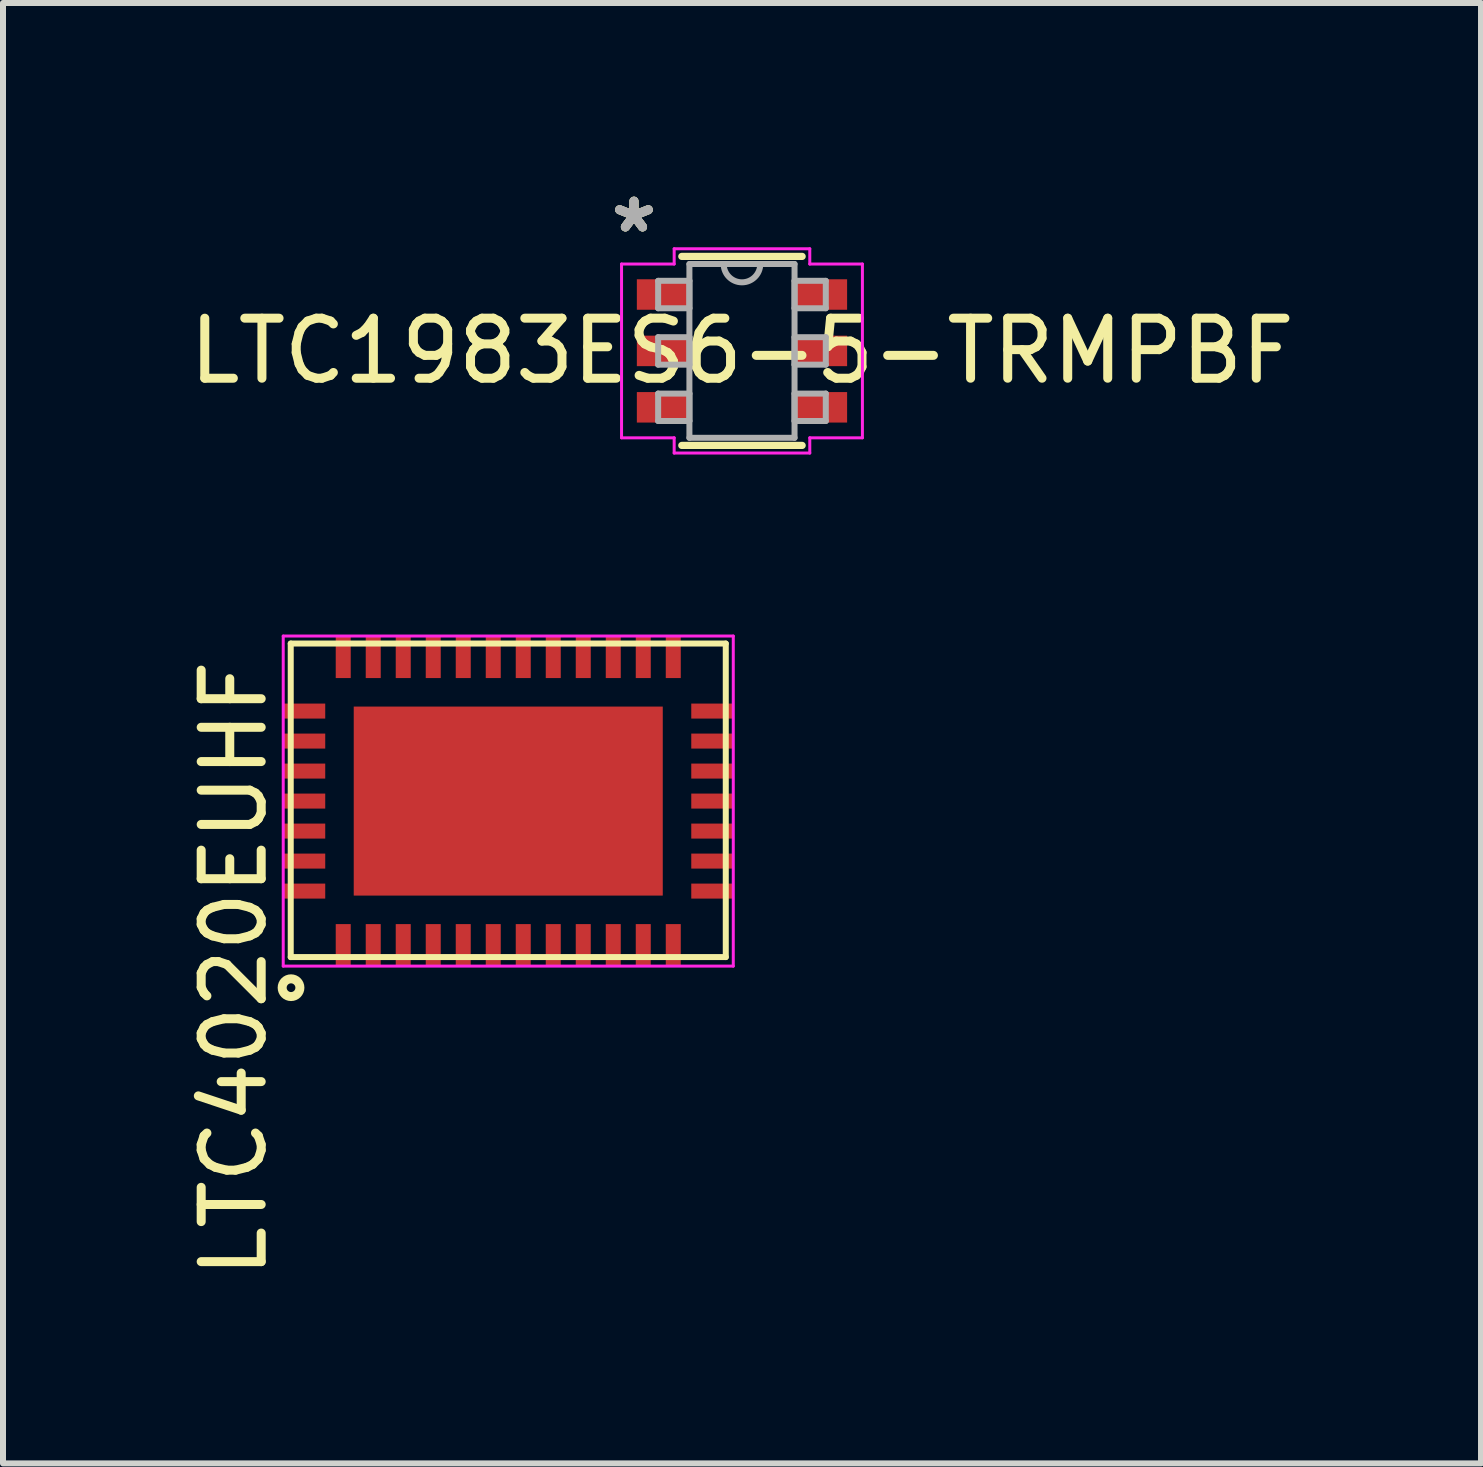
<source format=kicad_pcb>
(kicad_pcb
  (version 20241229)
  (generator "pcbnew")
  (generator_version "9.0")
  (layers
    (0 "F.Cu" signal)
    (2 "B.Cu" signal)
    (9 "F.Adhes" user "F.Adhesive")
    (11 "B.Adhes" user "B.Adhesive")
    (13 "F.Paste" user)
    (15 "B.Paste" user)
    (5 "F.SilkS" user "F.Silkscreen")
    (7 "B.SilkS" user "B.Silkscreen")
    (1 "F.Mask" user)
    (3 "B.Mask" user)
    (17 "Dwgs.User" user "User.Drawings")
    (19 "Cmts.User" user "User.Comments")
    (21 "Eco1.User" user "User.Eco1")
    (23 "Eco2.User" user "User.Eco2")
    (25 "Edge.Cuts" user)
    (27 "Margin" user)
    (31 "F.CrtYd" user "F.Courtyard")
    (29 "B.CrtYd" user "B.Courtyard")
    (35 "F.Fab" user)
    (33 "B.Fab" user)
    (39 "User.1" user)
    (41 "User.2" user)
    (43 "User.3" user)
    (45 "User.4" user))
  (footprint "LTC1983ES6-5-TRMPBF"
    (layer "F.Cu")
    (at 9.315 2.798)
    (property "Reference" "LTC1983ES6-5-TRMPBF" (at 0 0 0) (layer "F.SilkS") (effects (font (size 1 1) (thickness 0.15))))
    (attr smd)
    (fp_line (start -1.003 1.575) (end 1.003 1.575) (stroke (width 0.12) (type solid)) (layer "F.SilkS"))
    (fp_line (start 1.003 -1.575) (end -1.003 -1.575) (stroke (width 0.12) (type solid)) (layer "F.SilkS"))
    (fp_line (start -2.007 -1.448) (end -1.13 -1.448) (stroke (width 0.05) (type solid)) (layer "F.CrtYd"))
    (fp_line (start -2.007 1.448) (end -2.007 -1.448) (stroke (width 0.05) (type solid)) (layer "F.CrtYd"))
    (fp_line (start -1.13 -1.702) (end 1.13 -1.702) (stroke (width 0.05) (type solid)) (layer "F.CrtYd"))
    (fp_line (start -1.13 -1.448) (end -1.13 -1.702) (stroke (width 0.05) (type solid)) (layer "F.CrtYd"))
    (fp_line (start -1.13 1.448) (end -2.007 1.448) (stroke (width 0.05) (type solid)) (layer "F.CrtYd"))
    (fp_line (start -1.13 1.702) (end -1.13 1.448) (stroke (width 0.05) (type solid)) (layer "F.CrtYd"))
    (fp_line (start 1.13 -1.702) (end 1.13 -1.448) (stroke (width 0.05) (type solid)) (layer "F.CrtYd"))
    (fp_line (start 1.13 -1.448) (end 2.007 -1.448) (stroke (width 0.05) (type solid)) (layer "F.CrtYd"))
    (fp_line (start 1.13 1.448) (end 1.13 1.702) (stroke (width 0.05) (type solid)) (layer "F.CrtYd"))
    (fp_line (start 1.13 1.702) (end -1.13 1.702) (stroke (width 0.05) (type solid)) (layer "F.CrtYd"))
    (fp_line (start 2.007 -1.448) (end 2.007 1.448) (stroke (width 0.05) (type solid)) (layer "F.CrtYd"))
    (fp_line (start 2.007 1.448) (end 1.13 1.448) (stroke (width 0.05) (type solid)) (layer "F.CrtYd"))
    (fp_line (start -1.397 -1.168) (end -1.397 -0.711) (stroke (width 0.1) (type solid)) (layer "F.Fab"))
    (fp_line (start -1.397 -0.711) (end -0.876 -0.711) (stroke (width 0.1) (type solid)) (layer "F.Fab"))
    (fp_line (start -1.397 -0.229) (end -1.397 0.229) (stroke (width 0.1) (type solid)) (layer "F.Fab"))
    (fp_line (start -1.397 0.229) (end -0.876 0.229) (stroke (width 0.1) (type solid)) (layer "F.Fab"))
    (fp_line (start -1.397 0.711) (end -1.397 1.168) (stroke (width 0.1) (type solid)) (layer "F.Fab"))
    (fp_line (start -1.397 1.168) (end -0.876 1.168) (stroke (width 0.1) (type solid)) (layer "F.Fab"))
    (fp_line (start -0.876 -1.448) (end -0.876 1.448) (stroke (width 0.1) (type solid)) (layer "F.Fab"))
    (fp_line (start -0.876 -1.168) (end -1.397 -1.168) (stroke (width 0.1) (type solid)) (layer "F.Fab"))
    (fp_line (start -0.876 -0.711) (end -0.876 -1.168) (stroke (width 0.1) (type solid)) (layer "F.Fab"))
    (fp_line (start -0.876 -0.229) (end -1.397 -0.229) (stroke (width 0.1) (type solid)) (layer "F.Fab"))
    (fp_line (start -0.876 0.229) (end -0.876 -0.229) (stroke (width 0.1) (type solid)) (layer "F.Fab"))
    (fp_line (start -0.876 0.711) (end -1.397 0.711) (stroke (width 0.1) (type solid)) (layer "F.Fab"))
    (fp_line (start -0.876 1.168) (end -0.876 0.711) (stroke (width 0.1) (type solid)) (layer "F.Fab"))
    (fp_line (start -0.876 1.448) (end 0.876 1.448) (stroke (width 0.1) (type solid)) (layer "F.Fab"))
    (fp_line (start 0.876 -1.448) (end -0.876 -1.448) (stroke (width 0.1) (type solid)) (layer "F.Fab"))
    (fp_line (start 0.876 -1.168) (end 0.876 -0.711) (stroke (width 0.1) (type solid)) (layer "F.Fab"))
    (fp_line (start 0.876 -0.711) (end 1.397 -0.711) (stroke (width 0.1) (type solid)) (layer "F.Fab"))
    (fp_line (start 0.876 -0.229) (end 0.876 0.229) (stroke (width 0.1) (type solid)) (layer "F.Fab"))
    (fp_line (start 0.876 0.229) (end 1.397 0.229) (stroke (width 0.1) (type solid)) (layer "F.Fab"))
    (fp_line (start 0.876 0.711) (end 0.876 1.168) (stroke (width 0.1) (type solid)) (layer "F.Fab"))
    (fp_line (start 0.876 1.168) (end 1.397 1.168) (stroke (width 0.1) (type solid)) (layer "F.Fab"))
    (fp_line (start 0.876 1.448) (end 0.876 -1.448) (stroke (width 0.1) (type solid)) (layer "F.Fab"))
    (fp_line (start 1.397 -1.168) (end 0.876 -1.168) (stroke (width 0.1) (type solid)) (layer "F.Fab"))
    (fp_line (start 1.397 -0.711) (end 1.397 -1.168) (stroke (width 0.1) (type solid)) (layer "F.Fab"))
    (fp_line (start 1.397 -0.229) (end 0.876 -0.229) (stroke (width 0.1) (type solid)) (layer "F.Fab"))
    (fp_line (start 1.397 0.229) (end 1.397 -0.229) (stroke (width 0.1) (type solid)) (layer "F.Fab"))
    (fp_line (start 1.397 0.711) (end 0.876 0.711) (stroke (width 0.1) (type solid)) (layer "F.Fab"))
    (fp_line (start 1.397 1.168) (end 1.397 0.711) (stroke (width 0.1) (type solid)) (layer "F.Fab"))
    (fp_arc (start 0.3048 -1.4478) (mid 0 -1.143) (end -0.3048 -1.4478) (stroke (width 0.1) (type solid)) (layer "F.Fab"))
    (fp_text user "*" (at -1.8 -1.95 0) (layer "F.SilkS") (effects (font (size 1 1) (thickness 0.15))))
    (fp_text user "*" (at -1.8 -1.95 0) (layer "F.SilkS") (effects (font (size 1 1) (thickness 0.15))))
    (fp_text user "*" (at -1.8 -1.95 0) (layer "F.Fab") (effects (font (size 1 1) (thickness 0.15))))
    (fp_text user "*" (at -1.8 -1.95 0) (layer "F.Fab") (effects (font (size 1 1) (thickness 0.15))))
    (pad "1" smd rect (at -1.314 -0.94) (size 0.876 0.508) (layers "F.Cu" "F.Mask" "F.Paste"))
    (pad "2" smd rect (at -1.314 0) (size 0.876 0.508) (layers "F.Cu" "F.Mask" "F.Paste"))
    (pad "3" smd rect (at -1.314 0.94) (size 0.876 0.508) (layers "F.Cu" "F.Mask" "F.Paste"))
    (pad "4" smd rect (at 1.314 0.94) (size 0.876 0.508) (layers "F.Cu" "F.Mask" "F.Paste"))
    (pad "5" smd rect (at 1.314 0) (size 0.876 0.508) (layers "F.Cu" "F.Mask" "F.Paste"))
    (pad "6" smd rect (at 1.314 -0.94) (size 0.876 0.508) (layers "F.Cu" "F.Mask" "F.Paste")))
  (footprint "LTC4020EUHF"
    (layer "F.Cu")
    (at 5.42 10.3)
    (property "Reference" "LTC4020EUHF" (at -4.572 2.794 90) (layer "F.SilkS") (effects (font (size 1 1) (thickness 0.15))))
    (attr through_hole)
    (fp_line (start -3.625 -2.625) (end 3.625 -2.625) (stroke (width 0.1) (type solid)) (layer "F.SilkS"))
    (fp_line (start -3.625 2.6) (end -3.625 -2.625) (stroke (width 0.1) (type solid)) (layer "F.SilkS"))
    (fp_line (start 3.625 -2.625) (end 3.625 2.6) (stroke (width 0.1) (type solid)) (layer "F.SilkS"))
    (fp_line (start 3.625 2.6) (end -3.625 2.6) (stroke (width 0.1) (type solid)) (layer "F.SilkS"))
    (fp_circle (center -3.62 3.11) (end -3.55 3.13) (stroke (width 0.15) (type solid)) (fill no) (layer "F.SilkS"))
    (fp_line (start -3.75 -2.75) (end 3.75 -2.75) (stroke (width 0.05) (type solid)) (layer "F.CrtYd"))
    (fp_line (start -3.75 2.75) (end -3.75 -2.75) (stroke (width 0.05) (type solid)) (layer "F.CrtYd"))
    (fp_line (start 3.75 -2.75) (end 3.75 2.75) (stroke (width 0.05) (type solid)) (layer "F.CrtYd"))
    (fp_line (start 3.75 2.75) (end -3.75 2.75) (stroke (width 0.05) (type solid)) (layer "F.CrtYd"))
    (pad "1" smd rect (at -2.75 2.4) (size 0.25 0.7) (layers "F.Cu" "F.Mask" "F.Paste"))
    (pad "2" smd rect (at -2.25 2.4) (size 0.25 0.7) (layers "F.Cu" "F.Mask" "F.Paste"))
    (pad "3" smd rect (at -1.75 2.4) (size 0.25 0.7) (layers "F.Cu" "F.Mask" "F.Paste"))
    (pad "4" smd rect (at -1.25 2.4) (size 0.25 0.7) (layers "F.Cu" "F.Mask" "F.Paste"))
    (pad "5" smd rect (at -0.75 2.4) (size 0.25 0.7) (layers "F.Cu" "F.Mask" "F.Paste"))
    (pad "6" smd rect (at -0.25 2.4) (size 0.25 0.7) (layers "F.Cu" "F.Mask" "F.Paste"))
    (pad "7" smd rect (at 0.25 2.4) (size 0.25 0.7) (layers "F.Cu" "F.Mask" "F.Paste"))
    (pad "8" smd rect (at 0.75 2.4) (size 0.25 0.7) (layers "F.Cu" "F.Mask" "F.Paste"))
    (pad "9" smd rect (at 1.25 2.4) (size 0.25 0.7) (layers "F.Cu" "F.Mask" "F.Paste"))
    (pad "10" smd rect (at 1.75 2.4) (size 0.25 0.7) (layers "F.Cu" "F.Mask" "F.Paste"))
    (pad "11" smd rect (at 2.25 2.4) (size 0.25 0.7) (layers "F.Cu" "F.Mask" "F.Paste"))
    (pad "12" smd rect (at 2.75 2.4) (size 0.25 0.7) (layers "F.Cu" "F.Mask" "F.Paste"))
    (pad "13" smd rect (at 3.4 1.5 90) (size 0.25 0.7) (layers "F.Cu" "F.Mask" "F.Paste"))
    (pad "14" smd rect (at 3.4 1 90) (size 0.25 0.7) (layers "F.Cu" "F.Mask" "F.Paste"))
    (pad "15" smd rect (at 3.4 0.5 90) (size 0.25 0.7) (layers "F.Cu" "F.Mask" "F.Paste"))
    (pad "16" smd rect (at 3.4 0 90) (size 0.25 0.7) (layers "F.Cu" "F.Mask" "F.Paste"))
    (pad "17" smd rect (at 3.4 -0.5 90) (size 0.25 0.7) (layers "F.Cu" "F.Mask" "F.Paste"))
    (pad "18" smd rect (at 3.4 -1 90) (size 0.25 0.7) (layers "F.Cu" "F.Mask" "F.Paste"))
    (pad "19" smd rect (at 3.4 -1.5 90) (size 0.25 0.7) (layers "F.Cu" "F.Mask" "F.Paste"))
    (pad "20" smd rect (at 2.75 -2.4 180) (size 0.25 0.7) (layers "F.Cu" "F.Mask" "F.Paste"))
    (pad "21" smd rect (at 2.25 -2.4) (size 0.25 0.7) (layers "F.Cu" "F.Mask" "F.Paste"))
    (pad "22" smd rect (at 1.75 -2.4) (size 0.25 0.7) (layers "F.Cu" "F.Mask" "F.Paste"))
    (pad "23" smd rect (at 1.25 -2.4) (size 0.25 0.7) (layers "F.Cu" "F.Mask" "F.Paste"))
    (pad "24" smd rect (at 0.75 -2.4) (size 0.25 0.7) (layers "F.Cu" "F.Mask" "F.Paste"))
    (pad "25" smd rect (at 0.25 -2.4) (size 0.25 0.7) (layers "F.Cu" "F.Mask" "F.Paste"))
    (pad "26" smd rect (at -0.25 -2.4) (size 0.25 0.7) (layers "F.Cu" "F.Mask" "F.Paste"))
    (pad "27" smd rect (at -0.75 -2.4) (size 0.25 0.7) (layers "F.Cu" "F.Mask" "F.Paste"))
    (pad "28" smd rect (at -1.25 -2.4) (size 0.25 0.7) (layers "F.Cu" "F.Mask" "F.Paste"))
    (pad "29" smd rect (at -1.75 -2.4) (size 0.25 0.7) (layers "F.Cu" "F.Mask" "F.Paste"))
    (pad "30" smd rect (at -2.25 -2.4) (size 0.25 0.7) (layers "F.Cu" "F.Mask" "F.Paste"))
    (pad "31" smd rect (at -2.75 -2.4) (size 0.25 0.7) (layers "F.Cu" "F.Mask" "F.Paste"))
    (pad "32" smd rect (at -3.4 -1.5 90) (size 0.25 0.7) (layers "F.Cu" "F.Mask" "F.Paste"))
    (pad "33" smd rect (at -3.4 -1 90) (size 0.25 0.7) (layers "F.Cu" "F.Mask" "F.Paste"))
    (pad "34" smd rect (at -3.4 -0.5 90) (size 0.25 0.7) (layers "F.Cu" "F.Mask" "F.Paste"))
    (pad "35" smd rect (at -3.4 0 90) (size 0.25 0.7) (layers "F.Cu" "F.Mask" "F.Paste"))
    (pad "36" smd rect (at -3.4 0.5 90) (size 0.25 0.7) (layers "F.Cu" "F.Mask" "F.Paste"))
    (pad "37" smd rect (at -3.4 1 90) (size 0.25 0.7) (layers "F.Cu" "F.Mask" "F.Paste"))
    (pad "38" smd rect (at -3.4 1.5 90) (size 0.25 0.7) (layers "F.Cu" "F.Mask" "F.Paste"))
    (pad "39" smd rect (at 0 0 90) (size 3.15 5.15) (layers "F.Cu" "F.Mask" "F.Paste")))
  (gr_rect
    (start -3 -3)
    (end 21.631 21.338)
    (stroke (width 0.1) (type default))
    (fill no)
    (layer "Edge.Cuts")))
</source>
